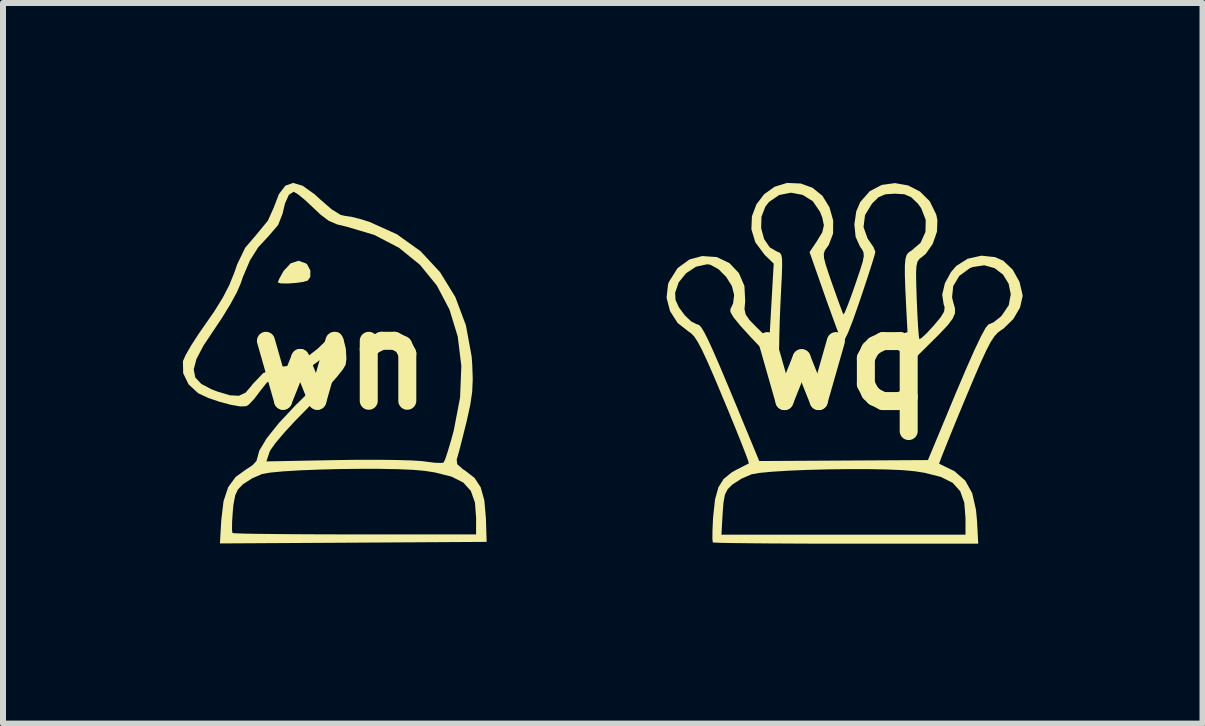
<source format=kicad_pcb>
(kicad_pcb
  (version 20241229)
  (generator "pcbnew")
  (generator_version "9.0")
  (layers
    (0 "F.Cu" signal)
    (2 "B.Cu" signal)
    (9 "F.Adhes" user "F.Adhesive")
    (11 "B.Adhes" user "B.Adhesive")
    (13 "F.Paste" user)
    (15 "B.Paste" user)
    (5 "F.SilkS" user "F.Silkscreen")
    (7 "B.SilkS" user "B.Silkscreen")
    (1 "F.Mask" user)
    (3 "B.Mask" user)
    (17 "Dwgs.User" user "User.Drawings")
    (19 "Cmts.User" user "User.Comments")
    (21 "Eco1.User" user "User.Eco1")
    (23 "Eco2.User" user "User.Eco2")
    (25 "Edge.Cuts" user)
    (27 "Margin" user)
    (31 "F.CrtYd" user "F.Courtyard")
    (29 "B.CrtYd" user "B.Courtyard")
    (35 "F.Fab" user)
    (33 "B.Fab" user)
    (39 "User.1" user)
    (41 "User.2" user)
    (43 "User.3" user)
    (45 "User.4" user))
  (footprint "wq"
    (layer "F.Cu")
    (at 10.994 2.959)
    (property "Reference" "wq" (at 0 0 0) (layer "F.SilkS") (effects (font (size 1.5 1.5) (thickness 0.3))))
    (attr board_only exclude_from_pos_files exclude_from_bom)
    (fp_poly (pts (xy -0.691 -2.949) (xy -0.496 -2.878) (xy -0.331 -2.744) (xy -0.214 -2.552) (xy -0.152 -2.333) (xy -0.154 -2.114) (xy -0.226 -1.924) (xy -0.246 -1.896) (xy -0.288 -1.838) (xy -0.308 -1.783) (xy -0.305 -1.708) (xy -0.276 -1.593) (xy -0.217 -1.416) (xy -0.169 -1.277) (xy -0.096 -1.071) (xy -0.035 -0.904) (xy 0.006 -0.795) (xy 0.02 -0.765) (xy 0.042 -0.802) (xy 0.089 -0.916) (xy 0.153 -1.087) (xy 0.214 -1.261) (xy 0.291 -1.488) (xy 0.339 -1.64) (xy 0.358 -1.738) (xy 0.353 -1.804) (xy 0.325 -1.857) (xy 0.296 -1.896) (xy 0.222 -2.06) (xy 0.201 -2.269) (xy 0.233 -2.486) (xy 0.299 -2.64) (xy 0.459 -2.822) (xy 0.659 -2.926) (xy 0.877 -2.956) (xy 1.096 -2.918) (xy 1.296 -2.815) (xy 1.459 -2.652) (xy 1.565 -2.434) (xy 1.586 -2.341) (xy 1.578 -2.145) (xy 1.507 -1.942) (xy 1.391 -1.776) (xy 1.328 -1.724) (xy 1.283 -1.69) (xy 1.253 -1.644) (xy 1.236 -1.57) (xy 1.23 -1.45) (xy 1.233 -1.264) (xy 1.241 -1.014) (xy 1.252 -0.772) (xy 1.263 -0.568) (xy 1.274 -0.423) (xy 1.284 -0.356) (xy 1.285 -0.354) (xy 1.325 -0.377) (xy 1.412 -0.458) (xy 1.523 -0.579) (xy 1.64 -0.719) (xy 1.697 -0.813) (xy 1.706 -0.886) (xy 1.689 -0.939) (xy 1.666 -1.096) (xy 1.71 -1.285) (xy 1.811 -1.471) (xy 1.9 -1.575) (xy 2.091 -1.695) (xy 2.319 -1.746) (xy 2.547 -1.722) (xy 2.684 -1.662) (xy 2.84 -1.514) (xy 2.954 -1.311) (xy 3.005 -1.095) (xy 3.006 -1.07) (xy 2.963 -0.88) (xy 2.85 -0.688) (xy 2.689 -0.531) (xy 2.646 -0.503) (xy 2.59 -0.461) (xy 2.534 -0.399) (xy 2.473 -0.305) (xy 2.401 -0.166) (xy 2.311 0.028) (xy 2.197 0.291) (xy 2.053 0.634) (xy 2.044 0.656) (xy 1.918 0.959) (xy 1.808 1.228) (xy 1.718 1.452) (xy 1.653 1.616) (xy 1.619 1.708) (xy 1.615 1.723) (xy 1.87 1.847) (xy 2.05 2.005) (xy 2.166 2.214) (xy 2.229 2.492) (xy 2.245 2.662) (xy 2.267 3.056) (xy 0.065 3.056) (xy -0.395 3.056) (xy -0.823 3.054) (xy -1.21 3.052) (xy -1.544 3.049) (xy -1.816 3.046) (xy -2.015 3.042) (xy -2.132 3.038) (xy -2.159 3.035) (xy -2.166 2.978) (xy -2.165 2.906) (xy -2.015 2.906) (xy 0.019 2.906) (xy 2.054 2.906) (xy 2.054 2.628) (xy 2.034 2.374) (xy 1.967 2.183) (xy 1.841 2.042) (xy 1.644 1.943) (xy 1.366 1.873) (xy 1.198 1.847) (xy 1.009 1.83) (xy 0.752 1.819) (xy 0.445 1.813) (xy 0.109 1.813) (xy -0.24 1.817) (xy -0.582 1.826) (xy -0.898 1.839) (xy -1.171 1.856) (xy -1.382 1.876) (xy -1.512 1.899) (xy -1.515 1.9) (xy -1.681 1.972) (xy -1.83 2.068) (xy -1.839 2.075) (xy -1.913 2.15) (xy -1.957 2.238) (xy -1.981 2.369) (xy -1.995 2.549) (xy -2.015 2.906) (xy -2.165 2.906) (xy -2.165 2.847) (xy -2.157 2.665) (xy -2.152 2.596) (xy -2.122 2.319) (xy -2.067 2.119) (xy -1.978 1.976) (xy -1.842 1.866) (xy -1.765 1.823) (xy -1.645 1.762) (xy -1.568 1.723) (xy -1.558 1.717) (xy -1.571 1.67) (xy -1.618 1.543) (xy -1.693 1.351) (xy -1.792 1.105) (xy -1.909 0.82) (xy -1.98 0.65) (xy -2.127 0.299) (xy -2.244 0.031) (xy -2.336 -0.168) (xy -2.409 -0.307) (xy -2.47 -0.399) (xy -2.523 -0.454) (xy -2.559 -0.478) (xy -2.745 -0.623) (xy -2.872 -0.821) (xy -2.93 -1.044) (xy -2.921 -1.128) (xy -2.787 -1.128) (xy -2.781 -1.009) (xy -2.724 -0.884) (xy -2.628 -0.754) (xy -2.52 -0.65) (xy -2.426 -0.602) (xy -2.417 -0.601) (xy -2.387 -0.59) (xy -2.35 -0.549) (xy -2.302 -0.469) (xy -2.238 -0.343) (xy -2.154 -0.16) (xy -2.046 0.088) (xy -1.91 0.411) (xy -1.741 0.816) (xy -1.727 0.852) (xy -1.385 1.678) (xy 0.021 1.67) (xy 1.428 1.662) (xy 1.899 0.53) (xy 2.064 0.142) (xy 2.202 -0.169) (xy 2.312 -0.4) (xy 2.391 -0.545) (xy 2.439 -0.601) (xy 2.441 -0.601) (xy 2.52 -0.634) (xy 2.627 -0.717) (xy 2.659 -0.748) (xy 2.775 -0.92) (xy 2.809 -1.103) (xy 2.773 -1.279) (xy 2.68 -1.43) (xy 2.54 -1.538) (xy 2.367 -1.586) (xy 2.172 -1.556) (xy 2.126 -1.537) (xy 1.951 -1.409) (xy 1.849 -1.239) (xy 1.83 -1.05) (xy 1.85 -0.969) (xy 1.878 -0.872) (xy 1.879 -0.788) (xy 1.842 -0.699) (xy 1.759 -0.588) (xy 1.619 -0.439) (xy 1.463 -0.284) (xy 1.116 0.059) (xy 1.084 -0.534) (xy 1.064 -0.915) (xy 1.05 -1.208) (xy 1.043 -1.425) (xy 1.043 -1.58) (xy 1.052 -1.684) (xy 1.069 -1.75) (xy 1.095 -1.79) (xy 1.131 -1.817) (xy 1.15 -1.828) (xy 1.305 -1.961) (xy 1.386 -2.141) (xy 1.391 -2.342) (xy 1.315 -2.539) (xy 1.257 -2.617) (xy 1.146 -2.722) (xy 1.035 -2.77) (xy 0.877 -2.78) (xy 0.716 -2.769) (xy 0.605 -2.721) (xy 0.497 -2.617) (xy 0.379 -2.424) (xy 0.354 -2.223) (xy 0.422 -2.031) (xy 0.451 -1.99) (xy 0.521 -1.887) (xy 0.551 -1.812) (xy 0.551 -1.811) (xy 0.536 -1.748) (xy 0.493 -1.607) (xy 0.429 -1.407) (xy 0.348 -1.163) (xy 0.293 -0.999) (xy 0.183 -0.685) (xy 0.098 -0.466) (xy 0.037 -0.341) (xy -0.000006 -0.307) (xy -0.006 -0.313) (xy -0.037 -0.385) (xy -0.093 -0.532) (xy -0.168 -0.737) (xy -0.256 -0.98) (xy -0.297 -1.096) (xy -0.546 -1.806) (xy -0.424 -1.987) (xy -0.335 -2.134) (xy -0.307 -2.251) (xy -0.334 -2.382) (xy -0.372 -2.478) (xy -0.492 -2.654) (xy -0.662 -2.76) (xy -0.856 -2.796) (xy -1.051 -2.758) (xy -1.22 -2.644) (xy -1.282 -2.566) (xy -1.348 -2.395) (xy -1.353 -2.204) (xy -1.304 -2.024) (xy -1.208 -1.883) (xy -1.09 -1.815) (xy -1.047 -1.799) (xy -1.019 -1.765) (xy -1.005 -1.697) (xy -1.003 -1.576) (xy -1.009 -1.387) (xy -1.02 -1.187) (xy -1.033 -0.913) (xy -1.044 -0.639) (xy -1.05 -0.401) (xy -1.052 -0.264) (xy -1.058 -0.102) (xy -1.074 0.008) (xy -1.096 0.042) (xy -1.145 0.000418) (xy -1.248 -0.099) (xy -1.387 -0.241) (xy -1.529 -0.391) (xy -1.705 -0.584) (xy -1.815 -0.72) (xy -1.866 -0.808) (xy -1.866 -0.859) (xy -1.861 -0.864) (xy -1.821 -0.951) (xy -1.804 -1.083) (xy -1.804 -1.092) (xy -1.841 -1.24) (xy -1.937 -1.393) (xy -2.065 -1.521) (xy -2.2 -1.595) (xy -2.252 -1.603) (xy -2.439 -1.562) (xy -2.605 -1.453) (xy -2.728 -1.301) (xy -2.787 -1.128) (xy -2.921 -1.128) (xy -2.906 -1.266) (xy -2.89 -1.31) (xy -2.747 -1.538) (xy -2.548 -1.683) (xy -2.336 -1.74) (xy -2.092 -1.723) (xy -1.883 -1.623) (xy -1.725 -1.457) (xy -1.632 -1.241) (xy -1.619 -0.99) (xy -1.62 -0.978) (xy -1.631 -0.855) (xy -1.611 -0.765) (xy -1.547 -0.673) (xy -1.433 -0.556) (xy -1.216 -0.344) (xy -1.18 -0.979) (xy -1.144 -1.614) (xy -1.298 -1.764) (xy -1.45 -1.969) (xy -1.516 -2.187) (xy -1.507 -2.403) (xy -1.432 -2.602) (xy -1.303 -2.771) (xy -1.129 -2.895) (xy -0.922 -2.959)) (stroke (width 0) (type solid)) (fill yes) (layer "F.SilkS")))
  (footprint "wn"
    (layer "F.Cu")
    (at 2.634 2.954)
    (property "Reference" "wn" (at 0 0 0) (layer "F.SilkS") (effects (font (size 1.5 1.5) (thickness 0.3))))
    (attr board_only exclude_from_pos_files exclude_from_bom)
    (fp_poly (pts (xy -0.582 -1.612) (xy -0.561 -1.593) (xy -0.509 -1.493) (xy -0.511 -1.384) (xy -0.553 -1.326) (xy -0.63 -1.303) (xy -0.754 -1.286) (xy -0.89 -1.277) (xy -1.001 -1.279) (xy -1.051 -1.294) (xy -1.052 -1.296) (xy -1.028 -1.355) (xy -0.969 -1.463) (xy -0.952 -1.49) (xy -0.838 -1.613) (xy -0.707 -1.656)) (stroke (width 0) (type solid)) (fill yes) (layer "F.SilkS"))
    (fp_poly (pts (xy -0.638 -2.907) (xy -0.444 -2.769) (xy -0.346 -2.68) (xy -0.154 -2.514) (xy -0.006 -2.422) (xy 0.064 -2.405) (xy 0.176 -2.389) (xy 0.341 -2.347) (xy 0.477 -2.304) (xy 0.935 -2.097) (xy 1.329 -1.815) (xy 1.654 -1.465) (xy 1.908 -1.051) (xy 2.084 -0.581) (xy 2.18 -0.06) (xy 2.19 0.075) (xy 2.198 0.318) (xy 2.189 0.528) (xy 2.157 0.746) (xy 2.098 1.014) (xy 2.089 1.052) (xy 2.033 1.276) (xy 1.984 1.469) (xy 1.946 1.607) (xy 1.93 1.659) (xy 1.94 1.736) (xy 2.037 1.821) (xy 2.073 1.844) (xy 2.228 1.964) (xy 2.331 2.121) (xy 2.391 2.336) (xy 2.417 2.627) (xy 2.418 2.641) (xy 2.43 3.031) (xy 0.206 3.044) (xy -2.017 3.057) (xy -2.004 2.827) (xy -1.816 2.827) (xy -1.809 2.883) (xy -1.756 2.888) (xy -1.613 2.893) (xy -1.391 2.897) (xy -1.102 2.9) (xy -0.755 2.903) (xy -0.361 2.905) (xy 0.068 2.906) (xy 0.234 2.906) (xy 2.254 2.906) (xy 2.254 2.628) (xy 2.235 2.374) (xy 2.167 2.183) (xy 2.041 2.042) (xy 1.845 1.943) (xy 1.566 1.873) (xy 1.399 1.847) (xy 1.209 1.83) (xy 0.952 1.819) (xy 0.646 1.813) (xy 0.309 1.813) (xy -0.039 1.817) (xy -0.381 1.826) (xy -0.698 1.839) (xy -0.971 1.856) (xy -1.182 1.876) (xy -1.312 1.899) (xy -1.315 1.9) (xy -1.481 1.972) (xy -1.63 2.068) (xy -1.639 2.076) (xy -1.717 2.157) (xy -1.763 2.257) (xy -1.791 2.406) (xy -1.803 2.527) (xy -1.814 2.699) (xy -1.816 2.827) (xy -2.004 2.827) (xy -1.994 2.663) (xy -1.957 2.352) (xy -1.88 2.12) (xy -1.756 1.949) (xy -1.589 1.829) (xy -1.473 1.752) (xy -1.408 1.682) (xy -1.403 1.664) (xy -1.361 1.51) (xy -1.238 1.305) (xy -1.037 1.053) (xy -0.761 0.758) (xy -0.65 0.649) (xy -0.381 0.376) (xy -0.192 0.157) (xy -0.08 -0.009) (xy -0.044 -0.126) (xy -0.067 -0.184) (xy -0.118 -0.171) (xy -0.215 -0.106) (xy -0.283 -0.05) (xy -0.515 0.119) (xy -0.761 0.24) (xy -0.989 0.297) (xy -1.037 0.299) (xy -1.146 0.316) (xy -1.236 0.377) (xy -1.338 0.505) (xy -1.349 0.52) (xy -1.448 0.65) (xy -1.537 0.743) (xy -1.575 0.768) (xy -1.675 0.773) (xy -1.836 0.745) (xy -2.025 0.695) (xy -2.212 0.631) (xy -2.364 0.56) (xy -2.383 0.549) (xy -2.541 0.403) (xy -2.63 0.219) (xy -2.631 0.155) (xy -2.454 0.155) (xy -2.428 0.289) (xy -2.329 0.396) (xy -2.157 0.487) (xy -2.058 0.525) (xy -1.849 0.587) (xy -1.701 0.595) (xy -1.59 0.543) (xy -1.489 0.426) (xy -1.474 0.404) (xy -1.297 0.218) (xy -1.069 0.118) (xy -0.902 0.1) (xy -0.76 0.063) (xy -0.58 -0.04) (xy -0.383 -0.194) (xy -0.229 -0.343) (xy -0.124 -0.44) (xy -0.052 -0.462) (xy -0.018 -0.445) (xy 0.044 -0.345) (xy 0.083 -0.188) (xy 0.092 -0.018) (xy 0.079 0.077) (xy 0.034 0.154) (xy -0.071 0.286) (xy -0.223 0.458) (xy -0.409 0.654) (xy -0.545 0.791) (xy -0.765 1.015) (xy -0.951 1.217) (xy -1.092 1.384) (xy -1.175 1.501) (xy -1.19 1.533) (xy -1.242 1.689) (xy -0.057 1.667) (xy 0.295 1.662) (xy 0.631 1.662) (xy 0.93 1.666) (xy 1.176 1.673) (xy 1.349 1.684) (xy 1.403 1.691) (xy 1.56 1.711) (xy 1.675 1.715) (xy 1.713 1.707) (xy 1.74 1.649) (xy 1.784 1.516) (xy 1.839 1.33) (xy 1.881 1.177) (xy 1.987 0.624) (xy 2.008 0.098) (xy 1.948 -0.393) (xy 1.81 -0.843) (xy 1.599 -1.244) (xy 1.317 -1.59) (xy 0.968 -1.873) (xy 0.557 -2.087) (xy 0.113 -2.219) (xy -0.068 -2.264) (xy -0.206 -2.325) (xy -0.338 -2.424) (xy -0.465 -2.544) (xy -0.601 -2.671) (xy -0.715 -2.764) (xy -0.784 -2.805) (xy -0.789 -2.806) (xy -0.867 -2.757) (xy -0.932 -2.613) (xy -0.973 -2.44) (xy -1.047 -2.252) (xy -1.207 -2.066) (xy -1.208 -2.065) (xy -1.38 -1.879) (xy -1.515 -1.665) (xy -1.631 -1.394) (xy -1.673 -1.273) (xy -1.736 -1.128) (xy -1.844 -0.93) (xy -1.98 -0.708) (xy -2.105 -0.521) (xy -2.293 -0.239) (xy -2.409 -0.017) (xy -2.454 0.155) (xy -2.631 0.155) (xy -2.634 0.025) (xy -2.632 0.013) (xy -2.588 -0.086) (xy -2.499 -0.241) (xy -2.38 -0.425) (xy -2.302 -0.538) (xy -2.11 -0.814) (xy -1.969 -1.042) (xy -1.861 -1.251) (xy -1.774 -1.467) (xy -1.729 -1.598) (xy -1.596 -1.873) (xy -1.418 -2.081) (xy -1.218 -2.324) (xy -1.124 -2.533) (xy -1.033 -2.768) (xy -0.926 -2.908) (xy -0.797 -2.954)) (stroke (width 0) (type solid)) (fill yes) (layer "F.SilkS")))
  (gr_rect
    (start -3 -3)
    (end 17 9.015)
    (stroke (width 0.1) (type default))
    (fill no)
    (layer "Edge.Cuts")))
</source>
